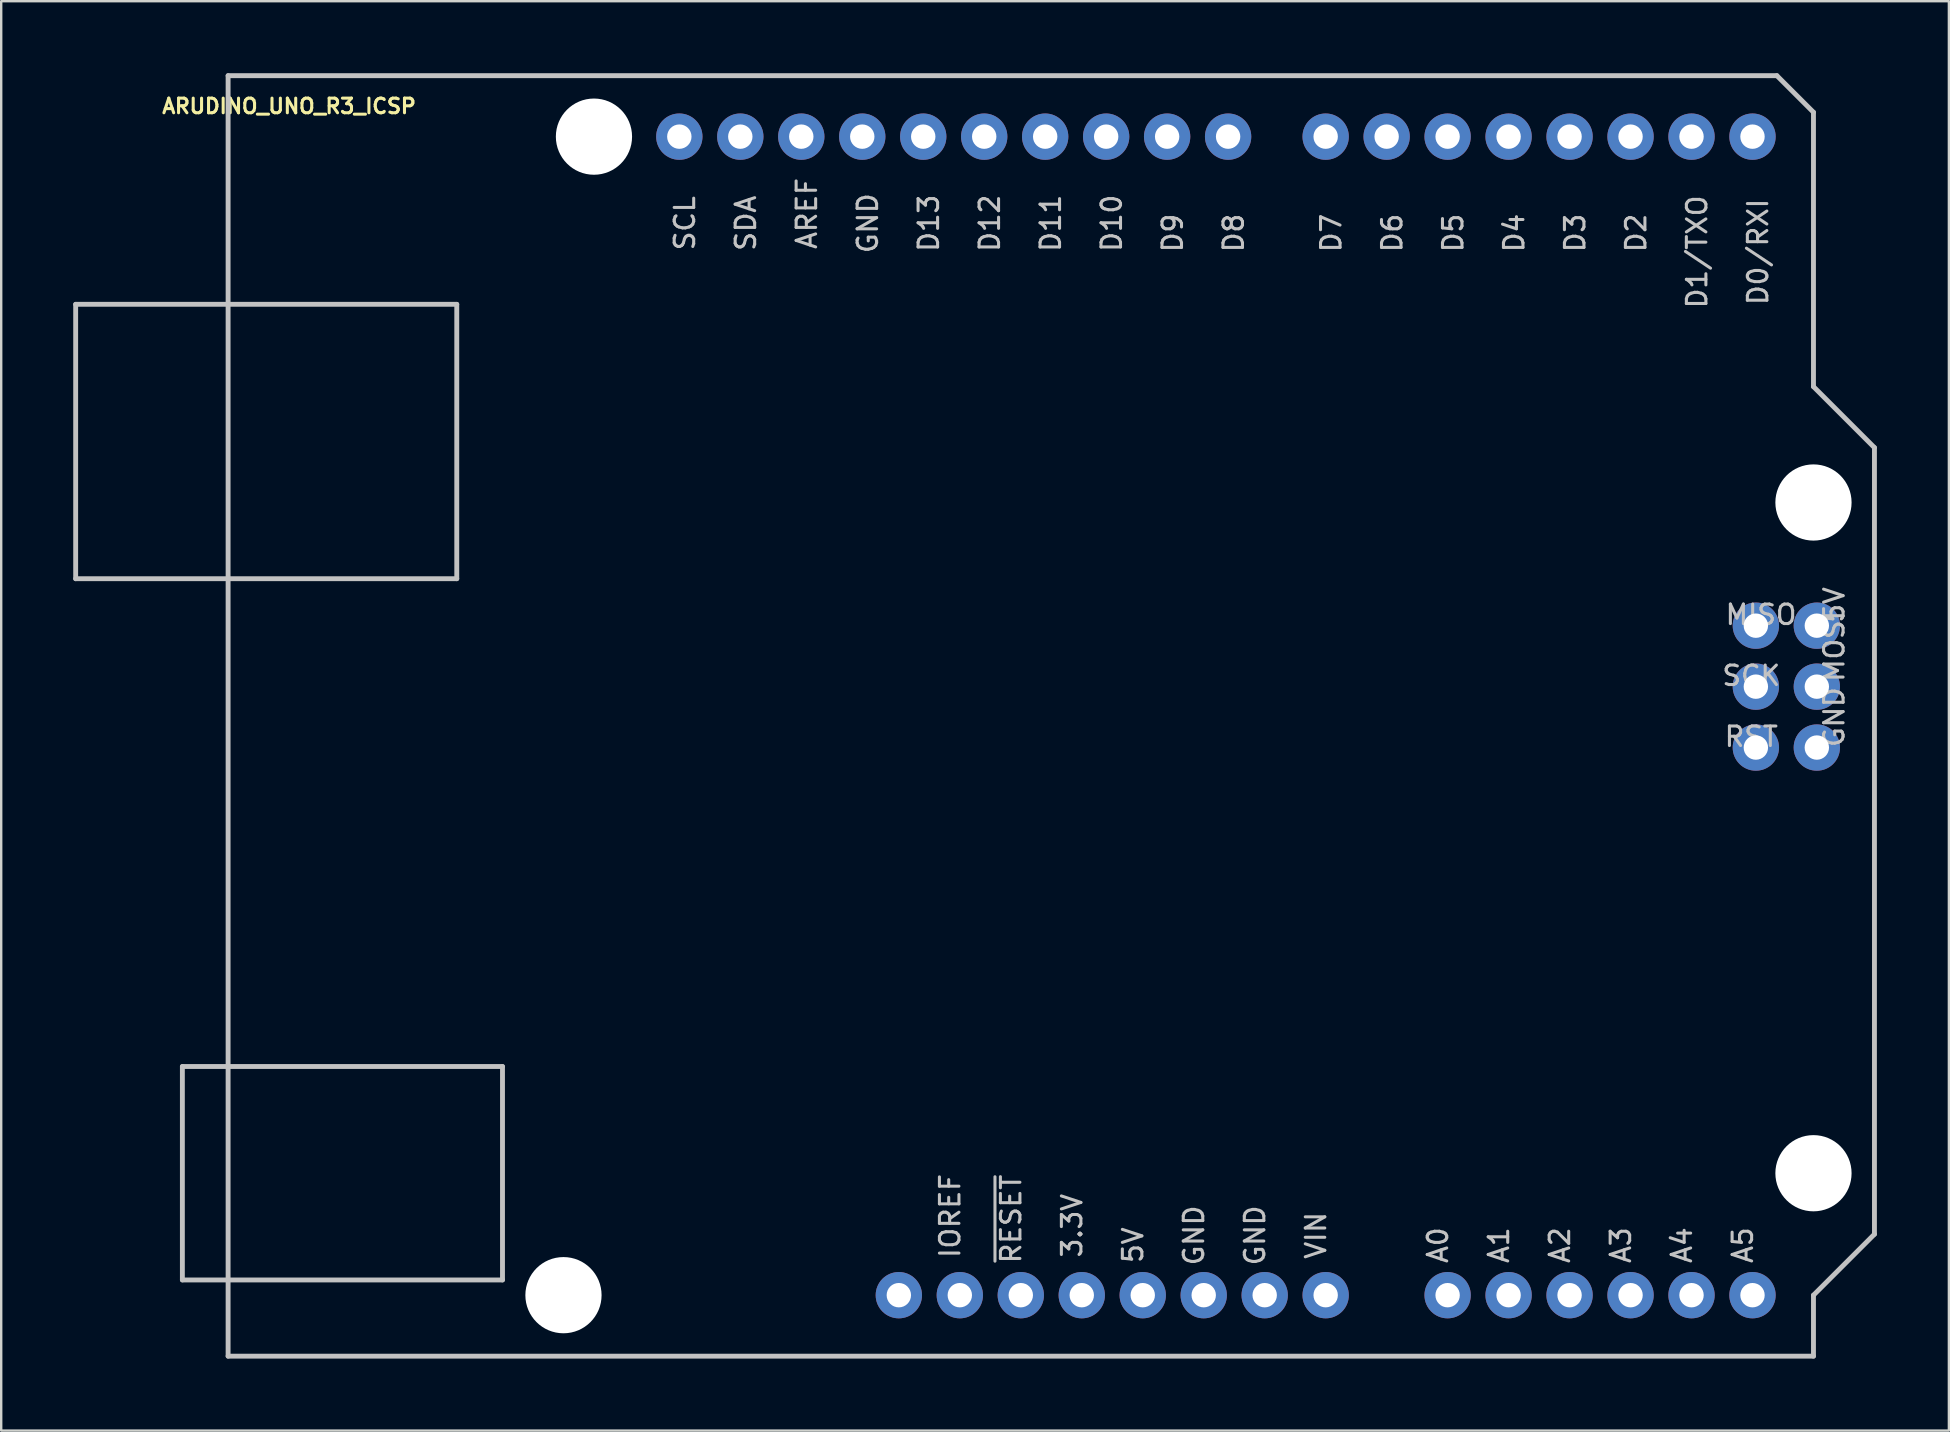
<source format=kicad_pcb>
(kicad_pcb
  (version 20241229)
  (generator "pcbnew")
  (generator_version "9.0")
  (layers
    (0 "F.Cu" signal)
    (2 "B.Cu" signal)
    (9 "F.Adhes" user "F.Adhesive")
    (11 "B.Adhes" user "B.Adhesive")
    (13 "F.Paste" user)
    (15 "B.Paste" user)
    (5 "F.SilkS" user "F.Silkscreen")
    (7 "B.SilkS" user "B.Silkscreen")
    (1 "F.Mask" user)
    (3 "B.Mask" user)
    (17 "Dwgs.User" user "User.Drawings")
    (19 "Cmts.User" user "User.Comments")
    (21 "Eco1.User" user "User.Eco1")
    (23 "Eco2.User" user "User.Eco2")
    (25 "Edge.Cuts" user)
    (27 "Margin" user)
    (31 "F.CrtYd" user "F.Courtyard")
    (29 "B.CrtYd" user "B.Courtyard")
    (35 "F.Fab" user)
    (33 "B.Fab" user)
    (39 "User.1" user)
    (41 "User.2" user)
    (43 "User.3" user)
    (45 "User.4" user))
  (footprint "ARUDINO_UNO_R3_ICSP"
    (layer "F.Cu")
    (at 39.472 26.772)
    (property "Reference" "ARUDINO_UNO_R3_ICSP" (at -30.48 -25.4 0) (layer "F.SilkS") (effects (font (size 0.61 0.61) (thickness 0.127))))
    (attr exclude_from_pos_files exclude_from_bom)
    (fp_line (start -39.37 -17.145) (end -23.495 -17.145) (stroke (width 0.203) (type solid)) (layer "Dwgs.User"))
    (fp_line (start -39.37 -5.715) (end -39.37 -17.145) (stroke (width 0.203) (type solid)) (layer "Dwgs.User"))
    (fp_line (start -34.925 14.605) (end -21.59 14.605) (stroke (width 0.203) (type solid)) (layer "Dwgs.User"))
    (fp_line (start -34.925 23.495) (end -34.925 14.605) (stroke (width 0.203) (type solid)) (layer "Dwgs.User"))
    (fp_line (start -33.02 -26.67) (end 31.496 -26.67) (stroke (width 0.203) (type solid)) (layer "Dwgs.User"))
    (fp_line (start -33.02 26.67) (end -33.02 -26.67) (stroke (width 0.203) (type solid)) (layer "Dwgs.User"))
    (fp_line (start -23.495 -17.145) (end -23.495 -5.715) (stroke (width 0.203) (type solid)) (layer "Dwgs.User"))
    (fp_line (start -23.495 -5.715) (end -39.37 -5.715) (stroke (width 0.203) (type solid)) (layer "Dwgs.User"))
    (fp_line (start -21.59 14.605) (end -21.59 23.495) (stroke (width 0.203) (type solid)) (layer "Dwgs.User"))
    (fp_line (start -21.59 23.495) (end -34.925 23.495) (stroke (width 0.203) (type solid)) (layer "Dwgs.User"))
    (fp_line (start 31.496 -26.67) (end 33.02 -25.146) (stroke (width 0.203) (type solid)) (layer "Dwgs.User"))
    (fp_line (start 33.02 -25.146) (end 33.02 -13.716) (stroke (width 0.203) (type solid)) (layer "Dwgs.User"))
    (fp_line (start 33.02 -13.716) (end 35.56 -11.176) (stroke (width 0.203) (type solid)) (layer "Dwgs.User"))
    (fp_line (start 33.02 24.13) (end 33.02 26.67) (stroke (width 0.203) (type solid)) (layer "Dwgs.User"))
    (fp_line (start 33.02 26.67) (end -33.02 26.67) (stroke (width 0.203) (type solid)) (layer "Dwgs.User"))
    (fp_line (start 35.56 -11.176) (end 35.56 21.59) (stroke (width 0.203) (type solid)) (layer "Dwgs.User"))
    (fp_line (start 35.56 21.59) (end 33.02 24.13) (stroke (width 0.203) (type solid)) (layer "Dwgs.User"))
    (fp_text user "D1/TXO" (at 28.169 -19.329 90) (layer "Dwgs.User") (effects (font (size 0.813 0.813) (thickness 0.127))))
    (fp_text user "D10" (at 3.785 -20.523 90) (layer "Dwgs.User") (effects (font (size 0.813 0.813) (thickness 0.127))))
    (fp_text user "D12" (at -1.295 -20.523 90) (layer "Dwgs.User") (effects (font (size 0.813 0.813) (thickness 0.127))))
    (fp_text user "D6" (at 15.469 -20.117 90) (layer "Dwgs.User") (effects (font (size 0.813 0.813) (thickness 0.127))))
    (fp_text user "~{RESET}" (at -0.406 20.955 90) (layer "Dwgs.User") (effects (font (size 0.813 0.813) (thickness 0.127))))
    (fp_text user "5V" (at 4.674 22.047 90) (layer "Dwgs.User") (effects (font (size 0.813 0.813) (thickness 0.127))))
    (fp_text user "D8" (at 8.865 -20.117 90) (layer "Dwgs.User") (effects (font (size 0.813 0.813) (thickness 0.127))))
    (fp_text user "D9" (at 6.325 -20.117 90) (layer "Dwgs.User") (effects (font (size 0.813 0.813) (thickness 0.127))))
    (fp_text user "D4" (at 20.549 -20.117 90) (layer "Dwgs.User") (effects (font (size 0.813 0.813) (thickness 0.127))))
    (fp_text user "VIN" (at 12.294 21.641 90) (layer "Dwgs.User") (effects (font (size 0.813 0.813) (thickness 0.127))))
    (fp_text user "D2" (at 25.629 -20.117 90) (layer "Dwgs.User") (effects (font (size 0.813 0.813) (thickness 0.127))))
    (fp_text user "SDA" (at -11.455 -20.523 90) (layer "Dwgs.User") (effects (font (size 0.813 0.813) (thickness 0.127))))
    (fp_text user "A5" (at 30.074 22.047 90) (layer "Dwgs.User") (effects (font (size 0.813 0.813) (thickness 0.127))))
    (fp_text user "GND" (at 7.211 21.641 90) (layer "Dwgs.User") (effects (font (size 0.813 0.813) (thickness 0.127))))
    (fp_text user "SCL" (at -13.995 -20.523 90) (layer "Dwgs.User") (effects (font (size 0.813 0.813) (thickness 0.127))))
    (fp_text user "AREF" (at -8.915 -20.93 90) (layer "Dwgs.User") (effects (font (size 0.813 0.813) (thickness 0.127))))
    (fp_text user "GND" (at 33.884 0.051 90) (layer "Dwgs.User") (effects (font (size 0.813 0.813) (thickness 0.127))))
    (fp_text user "MISO" (at 30.836 -4.216 0) (layer "Dwgs.User") (effects (font (size 0.813 0.813) (thickness 0.127))))
    (fp_text user "A0" (at 17.374 22.047 90) (layer "Dwgs.User") (effects (font (size 0.813 0.813) (thickness 0.127))))
    (fp_text user "D3" (at 23.089 -20.117 90) (layer "Dwgs.User") (effects (font (size 0.813 0.813) (thickness 0.127))))
    (fp_text user "MOSI" (at 33.884 -2.896 90) (layer "Dwgs.User") (effects (font (size 0.813 0.813) (thickness 0.127))))
    (fp_text user "5V" (at 33.884 -4.623 90) (layer "Dwgs.User") (effects (font (size 0.813 0.813) (thickness 0.127))))
    (fp_text user "RST" (at 30.429 0.864 0) (layer "Dwgs.User") (effects (font (size 0.813 0.813) (thickness 0.127))))
    (fp_text user "A2" (at 22.454 22.047 90) (layer "Dwgs.User") (effects (font (size 0.813 0.813) (thickness 0.127))))
    (fp_text user "D0/RXI" (at 30.709 -19.329 90) (layer "Dwgs.User") (effects (font (size 0.813 0.813) (thickness 0.127))))
    (fp_text user "SCK" (at 30.429 -1.676 0) (layer "Dwgs.User") (effects (font (size 0.813 0.813) (thickness 0.127))))
    (fp_text user "D11" (at 1.245 -20.523 90) (layer "Dwgs.User") (effects (font (size 0.813 0.813) (thickness 0.127))))
    (fp_text user "3.3V" (at 2.134 21.234 90) (layer "Dwgs.User") (effects (font (size 0.813 0.813) (thickness 0.127))))
    (fp_text user "GND" (at -6.375 -20.523 90) (layer "Dwgs.User") (effects (font (size 0.813 0.813) (thickness 0.127))))
    (fp_text user "A1" (at 19.914 22.047 90) (layer "Dwgs.User") (effects (font (size 0.813 0.813) (thickness 0.127))))
    (fp_text user "A3" (at 24.994 22.047 90) (layer "Dwgs.User") (effects (font (size 0.813 0.813) (thickness 0.127))))
    (fp_text user "A4" (at 27.534 22.047 90) (layer "Dwgs.User") (effects (font (size 0.813 0.813) (thickness 0.127))))
    (fp_text user "D5" (at 18.009 -20.117 90) (layer "Dwgs.User") (effects (font (size 0.813 0.813) (thickness 0.127))))
    (fp_text user "GND" (at 9.754 21.641 90) (layer "Dwgs.User") (effects (font (size 0.813 0.813) (thickness 0.127))))
    (fp_text user "D7" (at 12.929 -20.117 90) (layer "Dwgs.User") (effects (font (size 0.813 0.813) (thickness 0.127))))
    (fp_text user "IOREF" (at -2.946 20.828 90) (layer "Dwgs.User") (effects (font (size 0.813 0.813) (thickness 0.127))))
    (fp_text user "D13" (at -3.835 -20.523 90) (layer "Dwgs.User") (effects (font (size 0.813 0.813) (thickness 0.127))))
    (pad "" np_thru_hole circle (at -19.05 24.13) (size 3.175 3.175) (drill 3.175) (layers "*.Cu" "*.Mask"))
    (pad "" np_thru_hole circle (at -17.78 -24.13) (size 3.175 3.175) (drill 3.175) (layers "*.Cu" "*.Mask"))
    (pad "" np_thru_hole circle (at 33.02 -8.89) (size 3.175 3.175) (drill 3.175) (layers "*.Cu" "*.Mask"))
    (pad "" np_thru_hole circle (at 33.02 19.05) (size 3.175 3.175) (drill 3.175) (layers "*.Cu" "*.Mask"))
    (pad "3.3V" thru_hole circle (at 2.54 24.13) (size 1.93 1.93) (drill 1.016) (layers "*.Cu" "*.Mask"))
    (pad "5V" thru_hole circle (at 5.08 24.13) (size 1.93 1.93) (drill 1.016) (layers "*.Cu" "*.Mask"))
    (pad "5V_" thru_hole circle (at 33.16 -3.759) (size 1.93 1.93) (drill 1.016) (layers "*.Cu" "*.Mask"))
    (pad "A0" thru_hole circle (at 17.78 24.13) (size 1.93 1.93) (drill 1.016) (layers "*.Cu" "*.Mask"))
    (pad "A1" thru_hole circle (at 20.32 24.13) (size 1.93 1.93) (drill 1.016) (layers "*.Cu" "*.Mask"))
    (pad "A2" thru_hole circle (at 22.86 24.13) (size 1.93 1.93) (drill 1.016) (layers "*.Cu" "*.Mask"))
    (pad "A3" thru_hole circle (at 25.4 24.13) (size 1.93 1.93) (drill 1.016) (layers "*.Cu" "*.Mask"))
    (pad "A4" thru_hole circle (at 27.94 24.13) (size 1.93 1.93) (drill 1.016) (layers "*.Cu" "*.Mask"))
    (pad "A5" thru_hole circle (at 30.48 24.13) (size 1.93 1.93) (drill 1.016) (layers "*.Cu" "*.Mask"))
    (pad "AREF" thru_hole circle (at -9.144 -24.13) (size 1.93 1.93) (drill 1.016) (layers "*.Cu" "*.Mask"))
    (pad "D2" thru_hole circle (at 25.4 -24.13) (size 1.93 1.93) (drill 1.016) (layers "*.Cu" "*.Mask"))
    (pad "D3" thru_hole circle (at 22.86 -24.13) (size 1.93 1.93) (drill 1.016) (layers "*.Cu" "*.Mask"))
    (pad "D4" thru_hole circle (at 20.32 -24.13) (size 1.93 1.93) (drill 1.016) (layers "*.Cu" "*.Mask"))
    (pad "D5" thru_hole circle (at 17.78 -24.13) (size 1.93 1.93) (drill 1.016) (layers "*.Cu" "*.Mask"))
    (pad "D6" thru_hole circle (at 15.24 -24.13) (size 1.93 1.93) (drill 1.016) (layers "*.Cu" "*.Mask"))
    (pad "D7" thru_hole circle (at 12.7 -24.13) (size 1.93 1.93) (drill 1.016) (layers "*.Cu" "*.Mask"))
    (pad "D8" thru_hole circle (at 8.636 -24.13) (size 1.93 1.93) (drill 1.016) (layers "*.Cu" "*.Mask"))
    (pad "D9" thru_hole circle (at 6.096 -24.13) (size 1.93 1.93) (drill 1.016) (layers "*.Cu" "*.Mask"))
    (pad "D10" thru_hole circle (at 3.556 -24.13) (size 1.93 1.93) (drill 1.016) (layers "*.Cu" "*.Mask"))
    (pad "D11" thru_hole circle (at 1.016 -24.13) (size 1.93 1.93) (drill 1.016) (layers "*.Cu" "*.Mask"))
    (pad "D12" thru_hole circle (at -1.524 -24.13) (size 1.93 1.93) (drill 1.016) (layers "*.Cu" "*.Mask"))
    (pad "D13" thru_hole circle (at -4.064 -24.13) (size 1.93 1.93) (drill 1.016) (layers "*.Cu" "*.Mask"))
    (pad "GND@" thru_hole circle (at -6.604 -24.13) (size 1.93 1.93) (drill 1.016) (layers "*.Cu" "*.Mask"))
    (pad "GND@" thru_hole circle (at 7.62 24.13) (size 1.93 1.93) (drill 1.016) (layers "*.Cu" "*.Mask"))
    (pad "GND@" thru_hole circle (at 10.16 24.13) (size 1.93 1.93) (drill 1.016) (layers "*.Cu" "*.Mask"))
    (pad "GND_" thru_hole circle (at 33.16 1.318) (size 1.93 1.93) (drill 1.016) (layers "*.Cu" "*.Mask"))
    (pad "IORE" thru_hole circle (at -2.54 24.13) (size 1.93 1.93) (drill 1.016) (layers "*.Cu" "*.Mask"))
    (pad "MISO" thru_hole circle (at 30.62 -3.759) (size 1.93 1.93) (drill 1.016) (layers "*.Cu" "*.Mask"))
    (pad "MOSI" thru_hole circle (at 33.16 -1.219) (size 1.93 1.93) (drill 1.016) (layers "*.Cu" "*.Mask"))
    (pad "NC" thru_hole circle (at -5.08 24.13) (size 1.93 1.93) (drill 1.016) (layers "*.Cu" "*.Mask"))
    (pad "RES" thru_hole circle (at 0 24.13) (size 1.93 1.93) (drill 1.016) (layers "*.Cu" "*.Mask"))
    (pad "RST_" thru_hole circle (at 30.62 1.318) (size 1.93 1.93) (drill 1.016) (layers "*.Cu" "*.Mask"))
    (pad "RX" thru_hole circle (at 30.48 -24.13) (size 1.93 1.93) (drill 1.016) (layers "*.Cu" "*.Mask"))
    (pad "SCK" thru_hole circle (at 30.62 -1.219) (size 1.93 1.93) (drill 1.016) (layers "*.Cu" "*.Mask"))
    (pad "SCL" thru_hole circle (at -14.224 -24.13) (size 1.93 1.93) (drill 1.016) (layers "*.Cu" "*.Mask"))
    (pad "SDA" thru_hole circle (at -11.684 -24.13) (size 1.93 1.93) (drill 1.016) (layers "*.Cu" "*.Mask"))
    (pad "TX" thru_hole circle (at 27.94 -24.13) (size 1.93 1.93) (drill 1.016) (layers "*.Cu" "*.Mask"))
    (pad "VIN" thru_hole circle (at 12.7 24.13) (size 1.93 1.93) (drill 1.016) (layers "*.Cu" "*.Mask")))
  (gr_rect
    (start -3 -3)
    (end 78.133 56.543)
    (stroke (width 0.1) (type default))
    (fill no)
    (layer "Edge.Cuts")))
</source>
